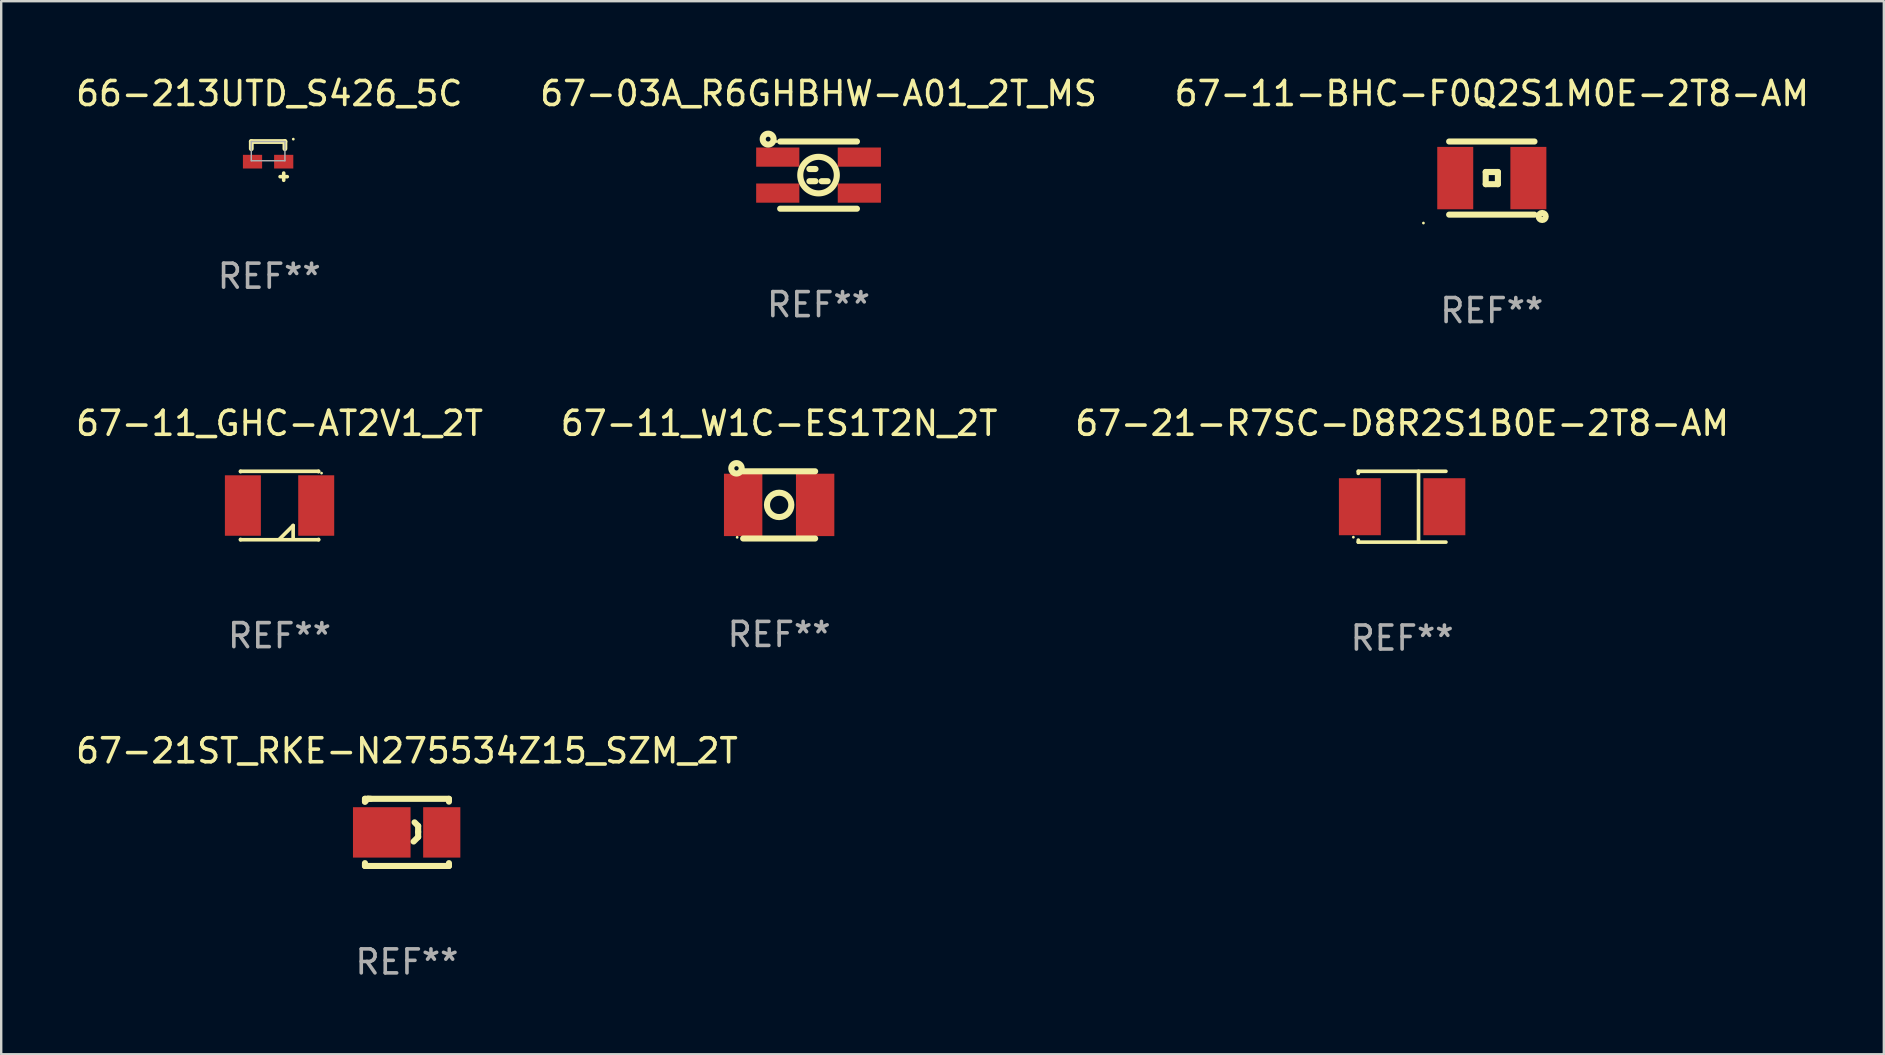
<source format=kicad_pcb>
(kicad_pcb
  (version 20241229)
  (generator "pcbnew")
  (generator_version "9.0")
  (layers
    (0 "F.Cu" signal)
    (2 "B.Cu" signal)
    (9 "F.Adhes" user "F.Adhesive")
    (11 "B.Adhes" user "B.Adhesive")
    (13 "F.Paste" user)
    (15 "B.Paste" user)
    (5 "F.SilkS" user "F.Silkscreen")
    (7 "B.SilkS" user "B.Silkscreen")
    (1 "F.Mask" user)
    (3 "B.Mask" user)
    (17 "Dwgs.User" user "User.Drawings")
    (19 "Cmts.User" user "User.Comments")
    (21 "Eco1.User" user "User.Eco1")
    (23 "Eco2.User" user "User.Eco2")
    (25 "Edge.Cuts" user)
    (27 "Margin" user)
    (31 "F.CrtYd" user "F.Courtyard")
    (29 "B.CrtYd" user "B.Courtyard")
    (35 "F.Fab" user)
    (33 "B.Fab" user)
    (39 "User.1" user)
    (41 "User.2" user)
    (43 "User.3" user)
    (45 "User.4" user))
  (footprint "67-21-R7SC-D8R2S1B0E-2T8-AM"
    (layer "F.Cu")
    (at 55.387 18.069)
    (property "Reference" "67-21-R7SC-D8R2S1B0E-2T8-AM" (at 0 -3.476 0) (layer "F.SilkS") (effects (font (size 1 1) (thickness 0.15))))
    (attr through_hole)
    (fp_line (start -1.826 -1.476) (end -1.826 -1.391) (stroke (width 0.152) (type solid)) (layer "F.SilkS"))
    (fp_line (start -1.826 1.476) (end -1.826 1.391) (stroke (width 0.152) (type solid)) (layer "F.SilkS"))
    (fp_line (start 0.684 1.476) (end 0.684 -1.476) (stroke (width 0.152) (type solid)) (layer "F.SilkS"))
    (fp_line (start 1.826 -1.476) (end -1.826 -1.476) (stroke (width 0.152) (type solid)) (layer "F.SilkS"))
    (fp_line (start 1.826 1.476) (end -1.826 1.476) (stroke (width 0.152) (type solid)) (layer "F.SilkS"))
    (fp_circle (center -2.032 1.27) (end -2.002 1.27) (stroke (width 0.06) (type solid)) (fill no) (layer "F.SilkS"))
    (fp_text user "REF**" (at 0 5.476 0) (layer "F.Fab") (effects (font (size 1 1) (thickness 0.15))))
    (pad "1" smd rect (at -1.761 0) (size 1.747 2.376) (layers "F.Cu" "F.Mask" "F.Paste"))
    (pad "2" smd rect (at 1.761 0) (size 1.747 2.376) (layers "F.Cu" "F.Mask" "F.Paste")))
  (footprint "67-11_GHC-AT2V1_2T"
    (layer "F.Cu")
    (at 8.601 18.019)
    (property "Reference" "67-11_GHC-AT2V1_2T" (at 0 -3.426 0) (layer "F.SilkS") (effects (font (size 1 1) (thickness 0.15))))
    (attr through_hole)
    (fp_line (start -1.626 -1.426) (end 1.626 -1.426) (stroke (width 0.152) (type solid)) (layer "F.SilkS"))
    (fp_line (start -1.626 -1.412) (end -1.626 -1.426) (stroke (width 0.152) (type solid)) (layer "F.SilkS"))
    (fp_line (start -1.626 1.412) (end -1.626 1.426) (stroke (width 0.152) (type solid)) (layer "F.SilkS"))
    (fp_line (start -1.626 1.426) (end 1.626 1.426) (stroke (width 0.152) (type solid)) (layer "F.SilkS"))
    (fp_line (start 0 1.397) (end 0.566 0.833) (stroke (width 0.152) (type solid)) (layer "F.SilkS"))
    (fp_line (start 0.566 0.833) (end 0.566 1.369) (stroke (width 0.152) (type solid)) (layer "F.SilkS"))
    (fp_line (start 1.626 -1.426) (end 1.626 -1.412) (stroke (width 0.152) (type solid)) (layer "F.SilkS"))
    (fp_line (start 1.626 1.426) (end 1.626 1.412) (stroke (width 0.152) (type solid)) (layer "F.SilkS"))
    (fp_circle (center 1.75 -1.35) (end 1.78 -1.35) (stroke (width 0.06) (type solid)) (fill no) (layer "F.SilkS"))
    (fp_text user "REF**" (at 0 5.426 0) (layer "F.Fab") (effects (font (size 1 1) (thickness 0.15))))
    (pad "1" smd rect (at 1.528 0) (size 1.5 2.52) (layers "F.Cu" "F.Mask" "F.Paste"))
    (pad "2" smd rect (at -1.528 0) (size 1.5 2.52) (layers "F.Cu" "F.Mask" "F.Paste")))
  (footprint "67-11_W1C-ES1T2N_2T"
    (layer "F.Cu")
    (at 29.423 17.993)
    (property "Reference" "67-11_W1C-ES1T2N_2T" (at 0 -3.4 0) (layer "F.SilkS") (effects (font (size 1 1) (thickness 0.15))))
    (attr through_hole)
    (fp_line (start -1.5 -1.4) (end 1.5 -1.4) (stroke (width 0.254) (type solid)) (layer "F.SilkS"))
    (fp_line (start 1.5 1.4) (end -1.5 1.4) (stroke (width 0.254) (type solid)) (layer "F.SilkS"))
    (fp_circle (center -1.778 -1.524) (end -1.688 -1.524) (stroke (width 0.254) (type solid)) (fill no) (layer "F.SilkS"))
    (fp_circle (center -1.75 1.35) (end -1.72 1.35) (stroke (width 0.06) (type solid)) (fill no) (layer "F.SilkS"))
    (fp_circle (center 0 0) (end 0.508 0) (stroke (width 0.254) (type solid)) (fill no) (layer "F.SilkS"))
    (fp_text user "REF**" (at 0 5.4 0) (layer "F.Fab") (effects (font (size 1 1) (thickness 0.15))))
    (pad "1" smd rect (at -1.5 0 90) (size 2.6 1.6) (layers "F.Cu" "F.Mask" "F.Paste"))
    (pad "2" smd rect (at 1.5 0 90) (size 2.6 1.6) (layers "F.Cu" "F.Mask" "F.Paste")))
  (footprint "67-03A_R6GHBHW-A01_2T_MS"
    (layer "F.Cu")
    (at 31.065 4.248)
    (property "Reference" "67-03A_R6GHBHW-A01_2T_MS" (at 0 -3.4 0) (layer "F.SilkS") (effects (font (size 1 1) (thickness 0.15))))
    (attr through_hole)
    (fp_line (start -1.6 -1.4) (end 1.6 -1.4) (stroke (width 0.254) (type solid)) (layer "F.SilkS"))
    (fp_line (start -0.381 -0.254) (end -0.127 -0.254) (stroke (width 0.254) (type solid)) (layer "F.SilkS"))
    (fp_line (start -0.381 0.254) (end -0.127 0.254) (stroke (width 0.254) (type solid)) (layer "F.SilkS"))
    (fp_line (start 0.127 0.254) (end 0.381 0.254) (stroke (width 0.254) (type solid)) (layer "F.SilkS"))
    (fp_line (start 1.6 1.4) (end -1.6 1.4) (stroke (width 0.254) (type solid)) (layer "F.SilkS"))
    (fp_circle (center -2.1 -1.5) (end -2 -1.5) (stroke (width 0.254) (type solid)) (fill no) (layer "F.SilkS"))
    (fp_circle (center -1.75 -1.4) (end -1.72 -1.4) (stroke (width 0.06) (type solid)) (fill no) (layer "F.SilkS"))
    (fp_circle (center 0 0) (end 0.762 0) (stroke (width 0.254) (type solid)) (fill no) (layer "F.SilkS"))
    (fp_text user "REF**" (at 0 5.4 0) (layer "F.Fab") (effects (font (size 1 1) (thickness 0.15))))
    (pad "1" smd rect (at -1.7 -0.75) (size 1.8 0.8) (layers "F.Cu" "F.Mask" "F.Paste"))
    (pad "2" smd rect (at 1.7 -0.75) (size 1.8 0.8) (layers "F.Cu" "F.Mask" "F.Paste"))
    (pad "3" smd rect (at 1.7 0.75) (size 1.8 0.8) (layers "F.Cu" "F.Mask" "F.Paste"))
    (pad "4" smd rect (at -1.7 0.75) (size 1.8 0.8) (layers "F.Cu" "F.Mask" "F.Paste")))
  (footprint "67-11-BHC-F0Q2S1M0E-2T8-AM"
    (layer "F.Cu")
    (at 59.125 4.372)
    (property "Reference" "67-11-BHC-F0Q2S1M0E-2T8-AM" (at 0 -3.524 0) (layer "F.SilkS") (effects (font (size 1 1) (thickness 0.15))))
    (attr through_hole)
    (fp_line (start -0.254 -0.254) (end -0.254 0.254) (stroke (width 0.254) (type solid)) (layer "F.SilkS"))
    (fp_line (start -0.254 0.254) (end 0.254 0.254) (stroke (width 0.254) (type solid)) (layer "F.SilkS"))
    (fp_line (start 0.254 -0.254) (end -0.254 -0.254) (stroke (width 0.254) (type solid)) (layer "F.SilkS"))
    (fp_line (start 0.254 0.254) (end 0.254 -0.254) (stroke (width 0.254) (type solid)) (layer "F.SilkS"))
    (fp_line (start 1.778 -1.524) (end -1.778 -1.524) (stroke (width 0.254) (type solid)) (layer "F.SilkS"))
    (fp_line (start 1.778 1.524) (end -1.778 1.524) (stroke (width 0.254) (type solid)) (layer "F.SilkS"))
    (fp_circle (center -2.85 1.874) (end -2.82 1.874) (stroke (width 0.06) (type solid)) (fill no) (layer "F.SilkS"))
    (fp_circle (center 2.1 1.6) (end 2.247 1.6) (stroke (width 0.254) (type solid)) (fill no) (layer "F.SilkS"))
    (fp_text user "REF**" (at 0 5.524 0) (layer "F.Fab") (effects (font (size 1 1) (thickness 0.15))))
    (pad "1" smd rect (at -1.524 0 180) (size 1.5 2.6) (layers "F.Cu" "F.Mask" "F.Paste"))
    (pad "2" smd rect (at 1.524 0 180) (size 1.5 2.6) (layers "F.Cu" "F.Mask" "F.Paste")))
  (footprint "67-21ST_RKE-N275534Z15_SZM_2T"
    (layer "F.Cu")
    (at 13.911 31.642)
    (property "Reference" "67-21ST_RKE-N275534Z15_SZM_2T" (at 0 -3.4 0) (layer "F.SilkS") (effects (font (size 1 1) (thickness 0.15))))
    (attr through_hole)
    (fp_line (start -1.75 -1.4) (end -1.75 -1.281) (stroke (width 0.254) (type solid)) (layer "F.SilkS"))
    (fp_line (start -1.75 -1.4) (end 1.75 -1.4) (stroke (width 0.254) (type solid)) (layer "F.SilkS"))
    (fp_line (start -1.75 1.281) (end -1.75 1.4) (stroke (width 0.254) (type solid)) (layer "F.SilkS"))
    (fp_line (start -1.631 -1.4) (end -1.75 -1.281) (stroke (width 0.254) (type solid)) (layer "F.SilkS"))
    (fp_line (start -1.513 -1.4) (end -1.631 -1.4) (stroke (width 0.254) (type solid)) (layer "F.SilkS"))
    (fp_line (start 0.277 0.381) (end 0.467 0.191) (stroke (width 0.254) (type solid)) (layer "F.SilkS"))
    (fp_line (start 0.467 -0.269) (end 0.317 -0.419) (stroke (width 0.254) (type solid)) (layer "F.SilkS"))
    (fp_line (start 0.467 -0.019) (end 0.467 -0.269) (stroke (width 0.254) (type solid)) (layer "F.SilkS"))
    (fp_line (start 0.467 0.191) (end 0.467 -0.019) (stroke (width 0.254) (type solid)) (layer "F.SilkS"))
    (fp_line (start 1.75 -1.4) (end 1.75 -1.281) (stroke (width 0.254) (type solid)) (layer "F.SilkS"))
    (fp_line (start 1.75 1.281) (end 1.75 1.4) (stroke (width 0.254) (type solid)) (layer "F.SilkS"))
    (fp_line (start 1.75 1.4) (end -1.75 1.4) (stroke (width 0.254) (type solid)) (layer "F.SilkS"))
    (fp_circle (center -1.775 1.4) (end -1.745 1.4) (stroke (width 0.06) (type solid)) (fill no) (layer "F.SilkS"))
    (fp_text user "REF**" (at 0 5.4 0) (layer "F.Fab") (effects (font (size 1 1) (thickness 0.15))))
    (pad "1" smd rect (at -1.05 0.000102) (size 2.4 2.1) (layers "F.Cu" "F.Mask" "F.Paste"))
    (pad "2" smd rect (at 1.45 0.000102) (size 1.55 2.1) (layers "F.Cu" "F.Mask" "F.Paste")))
  (footprint "66-213UTD_S426_5C"
    (layer "F.Cu")
    (at 8.173 3.656)
    (property "Reference" "66-213UTD_S426_5C" (at 0 -2.807 0) (layer "F.SilkS") (effects (font (size 1 1) (thickness 0.15))))
    (attr through_hole)
    (fp_line (start -0.75 -0.807) (end 0.652 -0.807) (stroke (width 0.2) (type solid)) (layer "F.SilkS"))
    (fp_line (start -0.75 -0.507) (end -0.75 -0.807) (stroke (width 0.2) (type solid)) (layer "F.SilkS"))
    (fp_line (start 0.601 0.807) (end 0.601 0.507) (stroke (width 0.15) (type solid)) (layer "F.SilkS"))
    (fp_line (start 0.652 -0.507) (end 0.652 -0.807) (stroke (width 0.2) (type solid)) (layer "F.SilkS"))
    (fp_line (start 0.75 0.658) (end 0.451 0.657) (stroke (width 0.15) (type solid)) (layer "F.SilkS"))
    (fp_circle (center 1.001 -0.907) (end 1.031 -0.907) (stroke (width 0.06) (type solid)) (fill no) (layer "F.SilkS"))
    (fp_line (start -0.75 -0.807) (end -0.75 -0.007) (stroke (width 0.06) (type solid)) (layer "F.Fab"))
    (fp_line (start -0.75 -0.807) (end 0.652 -0.807) (stroke (width 0.06) (type solid)) (layer "F.Fab"))
    (fp_line (start -0.75 -0.007) (end 0.652 -0.007) (stroke (width 0.06) (type solid)) (layer "F.Fab"))
    (fp_line (start 0.652 -0.807) (end 0.652 -0.007) (stroke (width 0.06) (type solid)) (layer "F.Fab"))
    (fp_text user "REF**" (at 0 4.807 0) (layer "F.Fab") (effects (font (size 1 1) (thickness 0.15))))
    (pad "1" smd rect (at 0.601 0.032) (size 0.8 0.57) (layers "F.Cu" "F.Mask" "F.Paste"))
    (pad "2" smd rect (at -0.699 0.032) (size 0.8 0.57) (layers "F.Cu" "F.Mask" "F.Paste")))
  (gr_rect
    (start -3 -3)
    (end 75.464 40.89)
    (stroke (width 0.1) (type default))
    (fill no)
    (layer "Edge.Cuts")))
</source>
